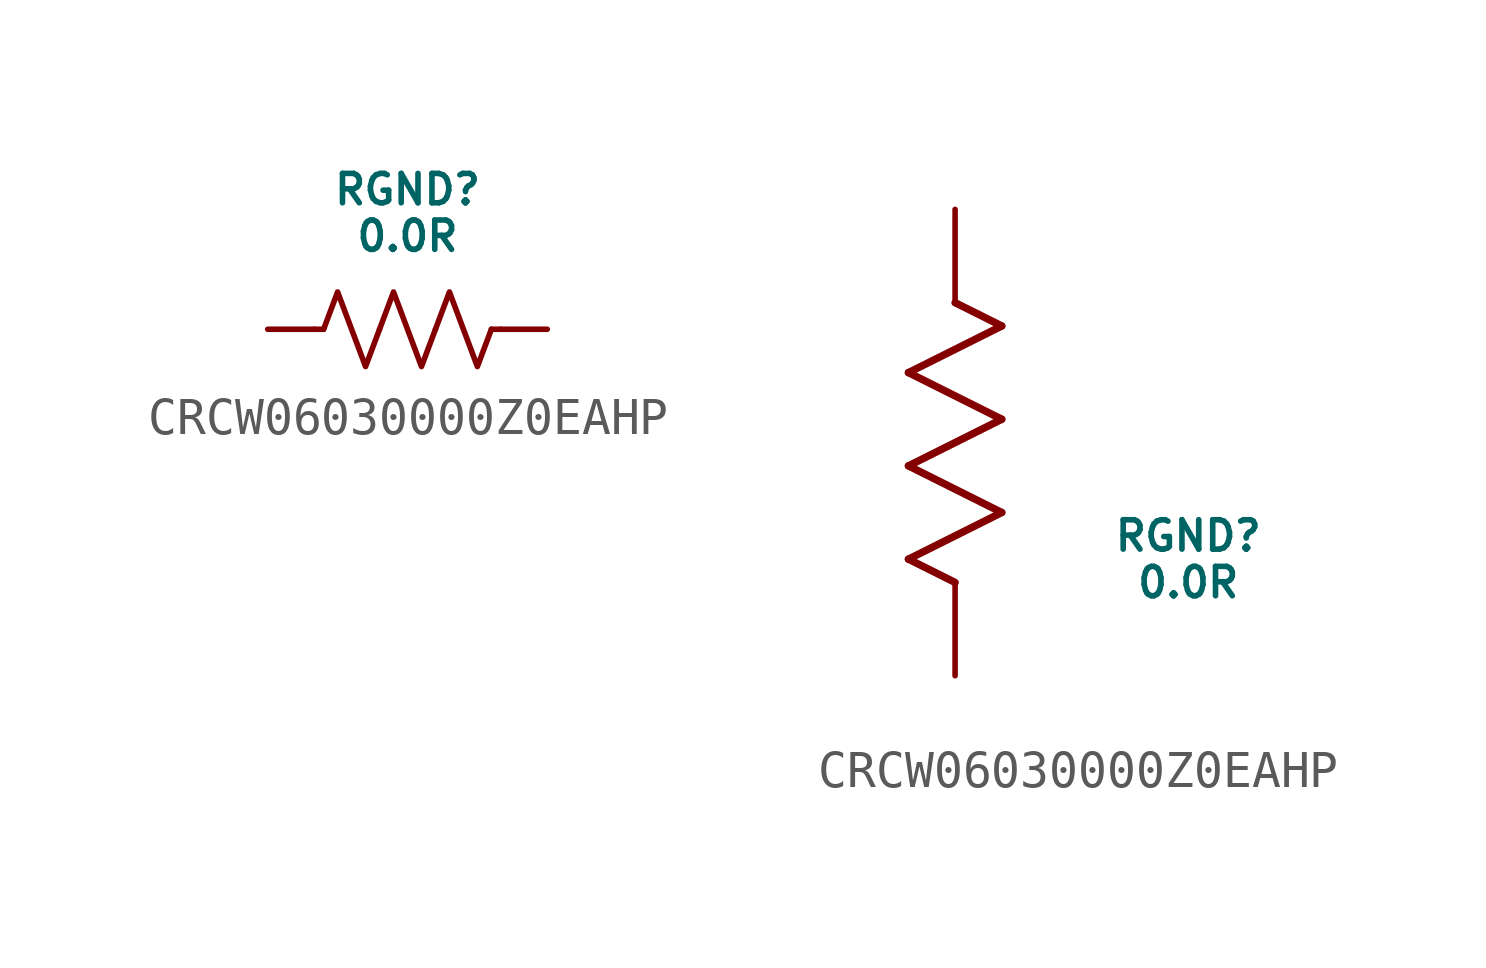
<source format=kicad_sym>
(kicad_symbol_lib
  (version 20220914)
  (generator kicad_symbol_editor)
  (symbol "CRCW06030000Z0EAHP"
    (pin_numbers hide)
    (pin_names
      (offset 0.254))
    (property "Reference" "RGND"
      (at 6.35 3.81 0)
      (do_not_autoplace)
      (effects (font (size 0.8 0.8))))
    (property "Value" "0.0R"
      (at 6.35 2.54 0)
      (do_not_autoplace)
      (effects (font (size 0.8 0.8))))
    (symbol "CRCW06030000Z0EAHP_0_1"
      (polyline (pts (xy 4.064 0) (xy 3.81 0)) (stroke (width 0) (type default)) (fill (type none)))
      (polyline (pts (xy 8.636 0) (xy 8.89 0)) (stroke (width 0) (type default)) (fill (type none)))
      (polyline (pts (xy 4.064 0) (xy 4.445 1.016) (xy 4.826 0) (xy 5.207 -1.016) (xy 5.588 0)) (stroke (width 0) (type default)) (fill (type none)))
      (polyline (pts (xy 5.588 0) (xy 5.969 1.016) (xy 6.35 0) (xy 6.731 -1.016) (xy 7.112 0)) (stroke (width 0) (type default)) (fill (type none)))
      (polyline (pts (xy 7.112 0) (xy 7.493 1.016) (xy 7.874 0) (xy 8.255 -1.016) (xy 8.636 0)) (stroke (width 0) (type default)) (fill (type none))))
    (symbol "CRCW06030000Z0EAHP_1_1"
      (pin passive line (at 2.54 0 0) (length 1.27) (name "" (effects (font (size 1.27 1.27)))) (number "1" (effects (font (size 1.27 1.27)))))
      (pin passive line (at 10.16 0 180) (length 1.27) (name "" (effects (font (size 1.27 1.27)))) (number "2" (effects (font (size 1.27 1.27))))))
    (symbol "CRCW06030000Z0EAHP_1_2"
      (polyline (pts (xy -1.27 3.175) (xy 1.27 4.445)) (stroke (width 0.203) (type default)) (fill (type none)))
      (polyline (pts (xy -1.27 5.715) (xy 1.27 6.985)) (stroke (width 0.203) (type default)) (fill (type none)))
      (polyline (pts (xy -1.27 8.255) (xy 1.27 9.525)) (stroke (width 0.203) (type default)) (fill (type none)))
      (polyline (pts (xy 0 2.54) (xy -1.27 3.175)) (stroke (width 0.203) (type default)) (fill (type none)))
      (polyline (pts (xy 1.27 4.445) (xy -1.27 5.715)) (stroke (width 0.203) (type default)) (fill (type none)))
      (polyline (pts (xy 1.27 6.985) (xy -1.27 8.255)) (stroke (width 0.203) (type default)) (fill (type none)))
      (polyline (pts (xy 1.27 9.525) (xy 0 10.16)) (stroke (width 0.203) (type default)) (fill (type none)))
      (pin unspecified line (at 0 12.7 270) (length 2.54) (name "" (effects (font (size 1.27 1.27)))) (number "1" (effects (font (size 1.27 1.27)))))
      (pin unspecified line (at 0 0 90) (length 2.54) (name "" (effects (font (size 1.27 1.27)))) (number "2" (effects (font (size 1.27 1.27))))))))
</source>
